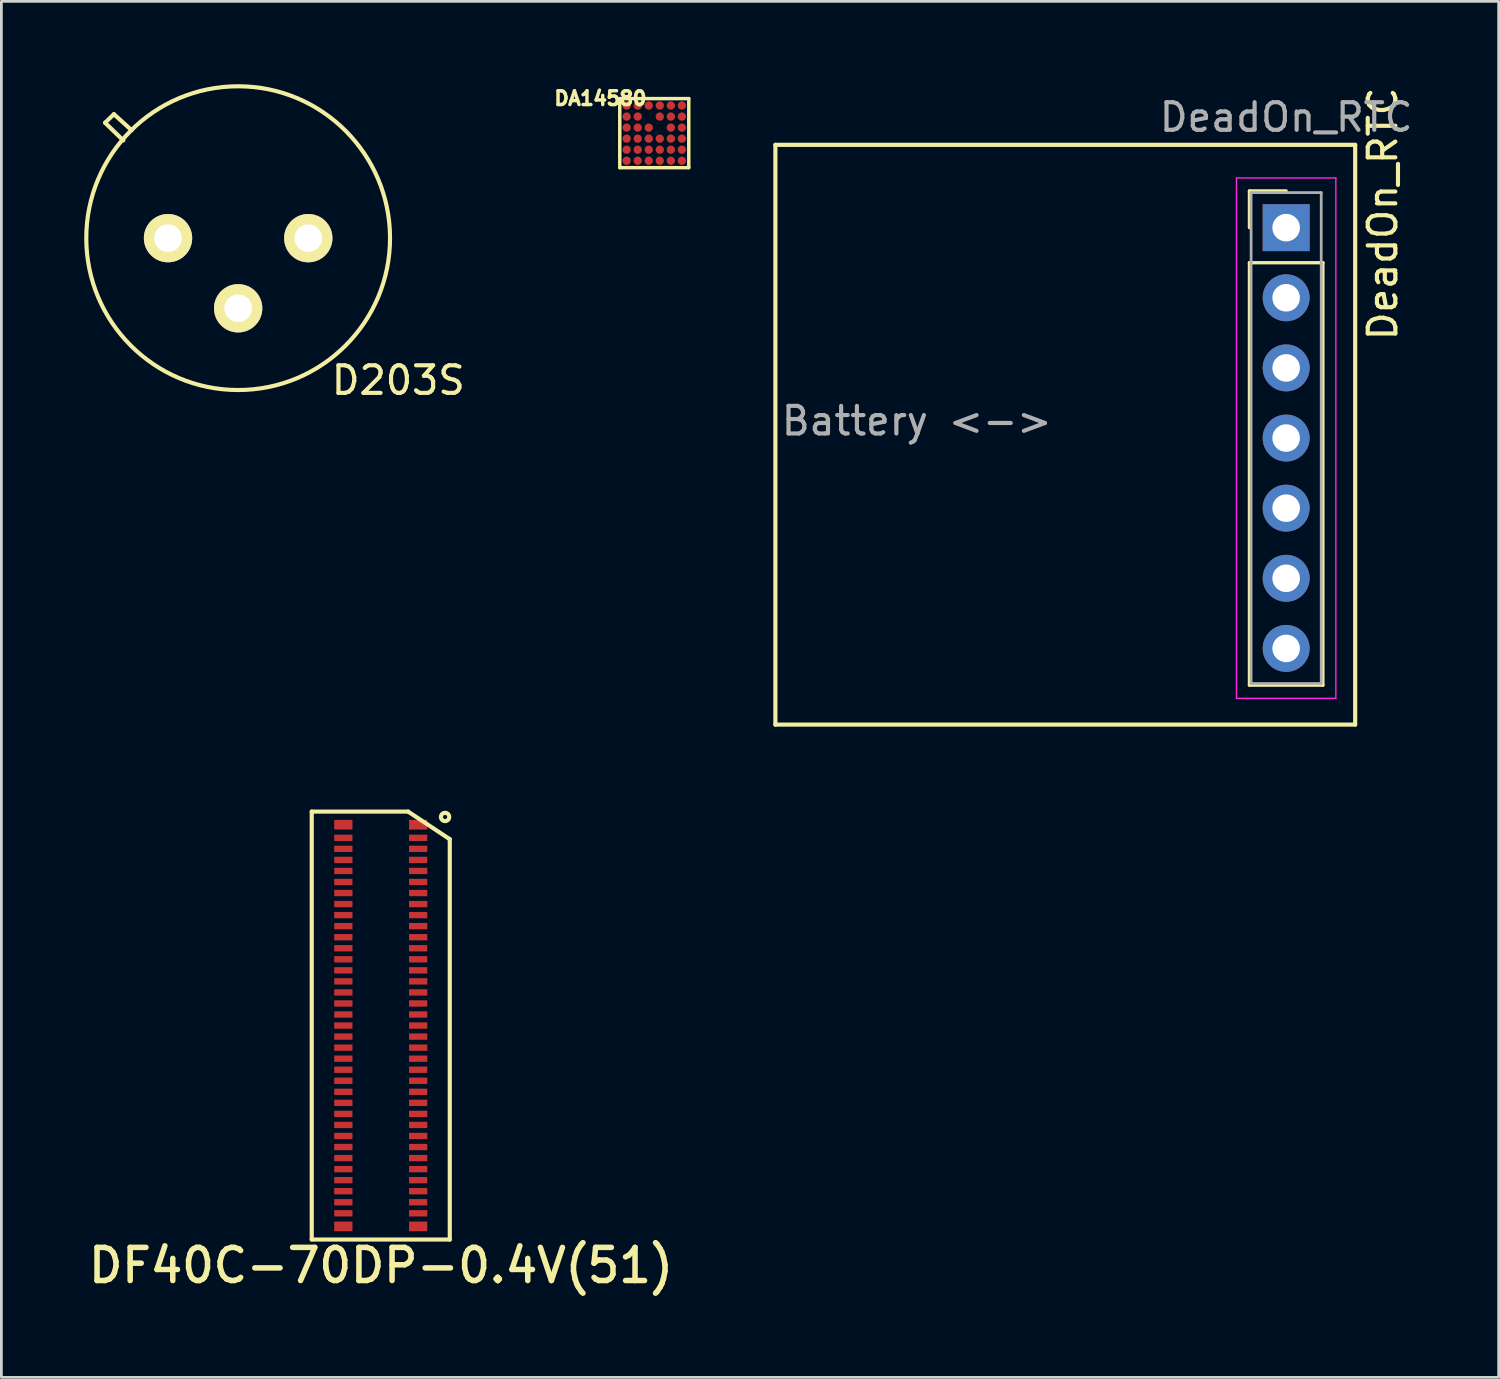
<source format=kicad_pcb>
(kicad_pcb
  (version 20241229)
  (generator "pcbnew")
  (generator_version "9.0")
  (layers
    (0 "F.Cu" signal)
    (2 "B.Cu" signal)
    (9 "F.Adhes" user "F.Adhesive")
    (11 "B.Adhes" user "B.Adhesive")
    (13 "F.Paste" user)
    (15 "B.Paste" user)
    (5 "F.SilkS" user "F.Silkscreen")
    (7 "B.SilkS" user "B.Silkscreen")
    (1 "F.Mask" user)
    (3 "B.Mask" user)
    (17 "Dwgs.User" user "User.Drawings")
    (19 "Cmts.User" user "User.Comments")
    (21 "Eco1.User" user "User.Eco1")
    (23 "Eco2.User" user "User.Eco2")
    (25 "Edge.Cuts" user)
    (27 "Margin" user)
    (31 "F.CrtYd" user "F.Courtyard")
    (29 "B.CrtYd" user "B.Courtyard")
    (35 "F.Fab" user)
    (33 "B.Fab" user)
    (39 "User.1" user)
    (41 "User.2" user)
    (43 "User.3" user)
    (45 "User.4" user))
  (footprint "DeadOn_RTC"
    (layer "F.Cu")
    (at 43.535 5.196)
    (property "Reference" "DeadOn_RTC" (at 3.5 -0.5 90) (layer "F.SilkS") (effects (font (size 1 1) (thickness 0.15))))
    (attr through_hole)
    (fp_line (start -18.5 -3) (end -18.5 18) (stroke (width 0.15) (type solid)) (layer "F.SilkS"))
    (fp_line (start -1.33 -1.33) (end 0 -1.33) (stroke (width 0.12) (type solid)) (layer "F.SilkS"))
    (fp_line (start -1.33 0) (end -1.33 -1.33) (stroke (width 0.12) (type solid)) (layer "F.SilkS"))
    (fp_line (start -1.33 1.27) (end -1.33 16.57) (stroke (width 0.12) (type solid)) (layer "F.SilkS"))
    (fp_line (start -1.33 16.57) (end 1.33 16.57) (stroke (width 0.12) (type solid)) (layer "F.SilkS"))
    (fp_line (start 1.33 1.27) (end -1.33 1.27) (stroke (width 0.12) (type solid)) (layer "F.SilkS"))
    (fp_line (start 1.33 16.57) (end 1.33 1.27) (stroke (width 0.12) (type solid)) (layer "F.SilkS"))
    (fp_line (start 2.5 -3) (end -18.5 -3) (stroke (width 0.15) (type solid)) (layer "F.SilkS"))
    (fp_line (start 2.5 -3) (end 2.5 18) (stroke (width 0.15) (type solid)) (layer "F.SilkS"))
    (fp_line (start 2.5 18) (end -18.5 18) (stroke (width 0.15) (type solid)) (layer "F.SilkS"))
    (fp_line (start -1.8 -1.8) (end -1.8 17.05) (stroke (width 0.05) (type solid)) (layer "F.CrtYd"))
    (fp_line (start -1.8 17.05) (end 1.8 17.05) (stroke (width 0.05) (type solid)) (layer "F.CrtYd"))
    (fp_line (start 1.8 -1.8) (end -1.8 -1.8) (stroke (width 0.05) (type solid)) (layer "F.CrtYd"))
    (fp_line (start 1.8 17.05) (end 1.8 -1.8) (stroke (width 0.05) (type solid)) (layer "F.CrtYd"))
    (fp_line (start -1.27 -1.27) (end -1.27 16.51) (stroke (width 0.1) (type solid)) (layer "F.Fab"))
    (fp_line (start -1.27 16.51) (end 1.27 16.51) (stroke (width 0.1) (type solid)) (layer "F.Fab"))
    (fp_line (start 1.27 -1.27) (end -1.27 -1.27) (stroke (width 0.1) (type solid)) (layer "F.Fab"))
    (fp_line (start 1.27 16.51) (end 1.27 -1.27) (stroke (width 0.1) (type solid)) (layer "F.Fab"))
    (fp_text user "${REFERENCE}" (at 0 -4 0) (layer "F.Fab") (effects (font (size 1 1) (thickness 0.15))))
    (fp_text user "Battery <-> " (at -13 7 0) (layer "F.Fab") (effects (font (size 1 1) (thickness 0.15))))
    (pad "1" thru_hole rect (at 0 0) (size 1.7 1.7) (drill 1) (layers "*.Cu" "*.Mask"))
    (pad "2" thru_hole oval (at 0 2.54) (size 1.7 1.7) (drill 1) (layers "*.Cu" "*.Mask"))
    (pad "3" thru_hole oval (at 0 5.08) (size 1.7 1.7) (drill 1) (layers "*.Cu" "*.Mask"))
    (pad "4" thru_hole oval (at 0 7.62) (size 1.7 1.7) (drill 1) (layers "*.Cu" "*.Mask"))
    (pad "5" thru_hole oval (at 0 10.16) (size 1.7 1.7) (drill 1) (layers "*.Cu" "*.Mask"))
    (pad "6" thru_hole oval (at 0 12.7) (size 1.7 1.7) (drill 1) (layers "*.Cu" "*.Mask"))
    (pad "7" thru_hole oval (at 0 15.24) (size 1.7 1.7) (drill 1) (layers "*.Cu" "*.Mask")))
  (footprint "DF40C-70DP-0.4V(51)"
    (layer "F.Cu")
    (at 10.741 34.096)
    (property "Reference" "DF40C-70DP-0.4V(51)" (at 0.01 8.69 0) (layer "F.SilkS") (effects (font (size 1.2 1.2) (thickness 0.2))))
    (attr through_hole)
    (fp_line (start -2.5 -7.75) (end 1 -7.75) (stroke (width 0.15) (type solid)) (layer "F.SilkS"))
    (fp_line (start -2.5 7.75) (end -2.5 -7.75) (stroke (width 0.15) (type solid)) (layer "F.SilkS"))
    (fp_line (start 0.99 -7.75) (end 2.5 -6.75) (stroke (width 0.15) (type solid)) (layer "F.SilkS"))
    (fp_line (start 2.5 -6.75) (end 2.5 7.75) (stroke (width 0.15) (type solid)) (layer "F.SilkS"))
    (fp_line (start 2.5 7.75) (end -2.5 7.75) (stroke (width 0.15) (type solid)) (layer "F.SilkS"))
    (fp_circle (center 2.33 -7.555) (end 2.33 -7.405) (stroke (width 0.15) (type solid)) (fill no) (layer "F.SilkS"))
    (pad "1" smd rect (at 1.355 -6.8) (size 0.66 0.23) (layers "F.Cu" "F.Mask" "F.Paste"))
    (pad "2" smd rect (at -1.355 -6.8) (size 0.66 0.23) (layers "F.Cu" "F.Mask" "F.Paste"))
    (pad "3" smd rect (at 1.355 -6.4) (size 0.66 0.23) (layers "F.Cu" "F.Mask" "F.Paste"))
    (pad "4" smd rect (at -1.355 -6.4) (size 0.66 0.23) (layers "F.Cu" "F.Mask" "F.Paste"))
    (pad "5" smd rect (at 1.355 -6) (size 0.66 0.23) (layers "F.Cu" "F.Mask" "F.Paste"))
    (pad "6" smd rect (at -1.355 -6) (size 0.66 0.23) (layers "F.Cu" "F.Mask" "F.Paste"))
    (pad "7" smd rect (at 1.355 -5.6) (size 0.66 0.23) (layers "F.Cu" "F.Mask" "F.Paste"))
    (pad "8" smd rect (at -1.355 -5.6) (size 0.66 0.23) (layers "F.Cu" "F.Mask" "F.Paste"))
    (pad "9" smd rect (at 1.355 -5.2) (size 0.66 0.23) (layers "F.Cu" "F.Mask" "F.Paste"))
    (pad "10" smd rect (at -1.355 -5.2) (size 0.66 0.23) (layers "F.Cu" "F.Mask" "F.Paste"))
    (pad "11" smd rect (at 1.355 -4.8) (size 0.66 0.23) (layers "F.Cu" "F.Mask" "F.Paste"))
    (pad "12" smd rect (at -1.355 -4.8) (size 0.66 0.23) (layers "F.Cu" "F.Mask" "F.Paste"))
    (pad "13" smd rect (at 1.355 -4.4) (size 0.66 0.23) (layers "F.Cu" "F.Mask" "F.Paste"))
    (pad "14" smd rect (at -1.355 -4.4) (size 0.66 0.23) (layers "F.Cu" "F.Mask" "F.Paste"))
    (pad "15" smd rect (at 1.355 -4) (size 0.66 0.23) (layers "F.Cu" "F.Mask" "F.Paste"))
    (pad "16" smd rect (at -1.355 -4) (size 0.66 0.23) (layers "F.Cu" "F.Mask" "F.Paste"))
    (pad "17" smd rect (at 1.355 -3.6) (size 0.66 0.23) (layers "F.Cu" "F.Mask" "F.Paste"))
    (pad "18" smd rect (at -1.355 -3.6) (size 0.66 0.23) (layers "F.Cu" "F.Mask" "F.Paste"))
    (pad "19" smd rect (at 1.355 -3.2) (size 0.66 0.23) (layers "F.Cu" "F.Mask" "F.Paste"))
    (pad "20" smd rect (at -1.355 -3.2) (size 0.66 0.23) (layers "F.Cu" "F.Mask" "F.Paste"))
    (pad "21" smd rect (at 1.355 -2.8) (size 0.66 0.23) (layers "F.Cu" "F.Mask" "F.Paste"))
    (pad "22" smd rect (at -1.355 -2.8) (size 0.66 0.23) (layers "F.Cu" "F.Mask" "F.Paste"))
    (pad "23" smd rect (at 1.355 -2.4) (size 0.66 0.23) (layers "F.Cu" "F.Mask" "F.Paste"))
    (pad "24" smd rect (at -1.355 -2.4) (size 0.66 0.23) (layers "F.Cu" "F.Mask" "F.Paste"))
    (pad "25" smd rect (at 1.355 -2) (size 0.66 0.23) (layers "F.Cu" "F.Mask" "F.Paste"))
    (pad "26" smd rect (at -1.355 -2) (size 0.66 0.23) (layers "F.Cu" "F.Mask" "F.Paste"))
    (pad "27" smd rect (at 1.355 -1.6) (size 0.66 0.23) (layers "F.Cu" "F.Mask" "F.Paste"))
    (pad "28" smd rect (at -1.355 -1.6) (size 0.66 0.23) (layers "F.Cu" "F.Mask" "F.Paste"))
    (pad "29" smd rect (at 1.355 -1.2) (size 0.66 0.23) (layers "F.Cu" "F.Mask" "F.Paste"))
    (pad "30" smd rect (at -1.355 -1.2) (size 0.66 0.23) (layers "F.Cu" "F.Mask" "F.Paste"))
    (pad "31" smd rect (at 1.355 -0.8) (size 0.66 0.23) (layers "F.Cu" "F.Mask" "F.Paste"))
    (pad "32" smd rect (at -1.355 -0.8) (size 0.66 0.23) (layers "F.Cu" "F.Mask" "F.Paste"))
    (pad "33" smd rect (at 1.355 -0.4) (size 0.66 0.23) (layers "F.Cu" "F.Mask" "F.Paste"))
    (pad "34" smd rect (at -1.355 -0.4) (size 0.66 0.23) (layers "F.Cu" "F.Mask" "F.Paste"))
    (pad "35" smd rect (at 1.355 0) (size 0.66 0.23) (layers "F.Cu" "F.Mask" "F.Paste"))
    (pad "36" smd rect (at -1.355 0) (size 0.66 0.23) (layers "F.Cu" "F.Mask" "F.Paste"))
    (pad "37" smd rect (at 1.355 0.4) (size 0.66 0.23) (layers "F.Cu" "F.Mask" "F.Paste"))
    (pad "38" smd rect (at -1.355 0.4) (size 0.66 0.23) (layers "F.Cu" "F.Mask" "F.Paste"))
    (pad "39" smd rect (at 1.355 0.8) (size 0.66 0.23) (layers "F.Cu" "F.Mask" "F.Paste"))
    (pad "40" smd rect (at -1.355 0.8) (size 0.66 0.23) (layers "F.Cu" "F.Mask" "F.Paste"))
    (pad "41" smd rect (at 1.355 1.2) (size 0.66 0.23) (layers "F.Cu" "F.Mask" "F.Paste"))
    (pad "42" smd rect (at -1.355 1.2) (size 0.66 0.23) (layers "F.Cu" "F.Mask" "F.Paste"))
    (pad "43" smd rect (at 1.355 1.6) (size 0.66 0.23) (layers "F.Cu" "F.Mask" "F.Paste"))
    (pad "44" smd rect (at -1.355 1.6) (size 0.66 0.23) (layers "F.Cu" "F.Mask" "F.Paste"))
    (pad "45" smd rect (at 1.355 2) (size 0.66 0.23) (layers "F.Cu" "F.Mask" "F.Paste"))
    (pad "46" smd rect (at -1.355 2) (size 0.66 0.23) (layers "F.Cu" "F.Mask" "F.Paste"))
    (pad "47" smd rect (at 1.355 2.4) (size 0.66 0.23) (layers "F.Cu" "F.Mask" "F.Paste"))
    (pad "48" smd rect (at -1.355 2.4) (size 0.66 0.23) (layers "F.Cu" "F.Mask" "F.Paste"))
    (pad "49" smd rect (at 1.355 2.8) (size 0.66 0.23) (layers "F.Cu" "F.Mask" "F.Paste"))
    (pad "50" smd rect (at -1.355 2.8) (size 0.66 0.23) (layers "F.Cu" "F.Mask" "F.Paste"))
    (pad "51" smd rect (at 1.355 3.2) (size 0.66 0.23) (layers "F.Cu" "F.Mask" "F.Paste"))
    (pad "52" smd rect (at -1.355 3.2) (size 0.66 0.23) (layers "F.Cu" "F.Mask" "F.Paste"))
    (pad "53" smd rect (at 1.355 3.6) (size 0.66 0.23) (layers "F.Cu" "F.Mask" "F.Paste"))
    (pad "54" smd rect (at -1.355 3.6) (size 0.66 0.23) (layers "F.Cu" "F.Mask" "F.Paste"))
    (pad "55" smd rect (at 1.355 4) (size 0.66 0.23) (layers "F.Cu" "F.Mask" "F.Paste"))
    (pad "56" smd rect (at -1.355 4) (size 0.66 0.23) (layers "F.Cu" "F.Mask" "F.Paste"))
    (pad "57" smd rect (at 1.355 4.4) (size 0.66 0.23) (layers "F.Cu" "F.Mask" "F.Paste"))
    (pad "58" smd rect (at -1.355 4.4) (size 0.66 0.23) (layers "F.Cu" "F.Mask" "F.Paste"))
    (pad "59" smd rect (at 1.355 4.8) (size 0.66 0.23) (layers "F.Cu" "F.Mask" "F.Paste"))
    (pad "60" smd rect (at -1.355 4.8) (size 0.66 0.23) (layers "F.Cu" "F.Mask" "F.Paste"))
    (pad "61" smd rect (at 1.355 5.2) (size 0.66 0.23) (layers "F.Cu" "F.Mask" "F.Paste"))
    (pad "62" smd rect (at -1.355 5.2) (size 0.66 0.23) (layers "F.Cu" "F.Mask" "F.Paste"))
    (pad "63" smd rect (at 1.355 5.6) (size 0.66 0.23) (layers "F.Cu" "F.Mask" "F.Paste"))
    (pad "64" smd rect (at -1.355 5.6) (size 0.66 0.23) (layers "F.Cu" "F.Mask" "F.Paste"))
    (pad "65" smd rect (at 1.355 6) (size 0.66 0.23) (layers "F.Cu" "F.Mask" "F.Paste"))
    (pad "66" smd rect (at -1.355 6) (size 0.66 0.23) (layers "F.Cu" "F.Mask" "F.Paste"))
    (pad "67" smd rect (at 1.355 6.4) (size 0.66 0.23) (layers "F.Cu" "F.Mask" "F.Paste"))
    (pad "68" smd rect (at -1.355 6.4) (size 0.66 0.23) (layers "F.Cu" "F.Mask" "F.Paste"))
    (pad "69" smd rect (at 1.355 6.8) (size 0.66 0.23) (layers "F.Cu" "F.Mask" "F.Paste"))
    (pad "70" smd rect (at -1.355 6.8) (size 0.66 0.23) (layers "F.Cu" "F.Mask" "F.Paste"))
    (pad "71" smd rect (at -1.355 -7.275) (size 0.66 0.35) (layers "F.Cu" "F.Mask" "F.Paste"))
    (pad "71" smd rect (at 1.355 -7.275) (size 0.66 0.35) (layers "F.Cu" "F.Mask" "F.Paste"))
    (pad "72" smd rect (at 1.355 7.275) (size 0.66 0.35) (layers "F.Cu" "F.Mask" "F.Paste"))
    (pad "73" smd rect (at -1.355 7.275) (size 0.66 0.35) (layers "F.Cu" "F.Mask" "F.Paste")))
  (footprint "D203S"
    (layer "F.Cu")
    (at 5.576 5.576)
    (property "Reference" "D203S" (at 5.8 5.15 0) (layer "F.SilkS") (effects (font (size 1 1) (thickness 0.15))))
    (attr through_hole)
    (fp_line (start -4.82 -4.18) (end -4.16 -3.54) (stroke (width 0.15) (type solid)) (layer "F.SilkS"))
    (fp_line (start -4.5 -4.49) (end -4.82 -4.18) (stroke (width 0.15) (type solid)) (layer "F.SilkS"))
    (fp_line (start -3.86 -3.91) (end -4.5 -4.49) (stroke (width 0.15) (type solid)) (layer "F.SilkS"))
    (fp_circle (center 0 0) (end 5.5 0.1) (stroke (width 0.15) (type solid)) (fill no) (layer "F.SilkS"))
    (pad "1" thru_hole circle (at -2.54 0) (size 1.75 1.75) (drill 1) (layers "*.Cu" "*.Mask" "F.SilkS"))
    (pad "2" thru_hole circle (at 0 2.54) (size 1.75 1.75) (drill 1) (layers "*.Cu" "*.Mask" "F.SilkS"))
    (pad "3" thru_hole circle (at 2.54 0) (size 1.75 1.75) (drill 1) (layers "*.Cu" "*.Mask" "F.SilkS")))
  (footprint "DA14580"
    (layer "F.Cu")
    (at 20.648 1.772)
    (property "Reference" "DA14580" (at -1.95 -1.26 0) (layer "F.SilkS") (effects (font (size 0.5 0.5) (thickness 0.125))))
    (attr through_hole)
    (fp_line (start -1.25 -1.25) (end 1.25 -1.25) (stroke (width 0.125) (type solid)) (layer "F.SilkS"))
    (fp_line (start -1.25 1.25) (end -1.25 -1.25) (stroke (width 0.125) (type solid)) (layer "F.SilkS"))
    (fp_line (start 1.25 -1.25) (end 1.25 1.25) (stroke (width 0.125) (type solid)) (layer "F.SilkS"))
    (fp_line (start 1.25 1.25) (end -1.25 1.25) (stroke (width 0.125) (type solid)) (layer "F.SilkS"))
    (pad "A1" smd circle (at -1 -1) (size 0.3 0.3) (layers "F.Cu" "F.Mask" "F.Paste"))
    (pad "A2" smd circle (at -0.6 -1) (size 0.3 0.3) (layers "F.Cu" "F.Mask" "F.Paste"))
    (pad "A3" smd circle (at -0.2 -1) (size 0.3 0.3) (layers "F.Cu" "F.Mask" "F.Paste"))
    (pad "A4" smd circle (at 0.2 -1) (size 0.3 0.3) (layers "F.Cu" "F.Mask" "F.Paste"))
    (pad "A5" smd circle (at 0.6 -1) (size 0.3 0.3) (layers "F.Cu" "F.Mask" "F.Paste"))
    (pad "A6" smd circle (at 1 -1) (size 0.3 0.3) (layers "F.Cu" "F.Mask" "F.Paste"))
    (pad "B1" smd circle (at -1 -0.6) (size 0.3 0.3) (layers "F.Cu" "F.Mask" "F.Paste"))
    (pad "B2" smd circle (at -0.6 -0.6) (size 0.3 0.3) (layers "F.Cu" "F.Mask" "F.Paste"))
    (pad "B4" smd circle (at 0.2 -0.6) (size 0.3 0.3) (layers "F.Cu" "F.Mask" "F.Paste"))
    (pad "B5" smd circle (at 0.6 -0.6) (size 0.3 0.3) (layers "F.Cu" "F.Mask" "F.Paste"))
    (pad "B6" smd circle (at 1 -0.6) (size 0.3 0.3) (layers "F.Cu" "F.Mask" "F.Paste"))
    (pad "C1" smd circle (at -1 -0.2) (size 0.3 0.3) (layers "F.Cu" "F.Mask" "F.Paste"))
    (pad "C2" smd circle (at -0.6 -0.2) (size 0.3 0.3) (layers "F.Cu" "F.Mask" "F.Paste"))
    (pad "C3" smd circle (at -0.2 -0.2) (size 0.3 0.3) (layers "F.Cu" "F.Mask" "F.Paste"))
    (pad "C5" smd circle (at 0.6 -0.2) (size 0.3 0.3) (layers "F.Cu" "F.Mask" "F.Paste"))
    (pad "C6" smd circle (at 1 -0.2) (size 0.3 0.3) (layers "F.Cu" "F.Mask" "F.Paste"))
    (pad "D1" smd circle (at -1 0.2) (size 0.3 0.3) (layers "F.Cu" "F.Mask" "F.Paste"))
    (pad "D2" smd circle (at -0.6 0.2) (size 0.3 0.3) (layers "F.Cu" "F.Mask" "F.Paste"))
    (pad "D3" smd circle (at -0.2 0.2) (size 0.3 0.3) (layers "F.Cu" "F.Mask" "F.Paste"))
    (pad "D4" smd circle (at 0.2 0.2) (size 0.3 0.3) (layers "F.Cu" "F.Mask" "F.Paste"))
    (pad "D5" smd circle (at 0.6 0.2) (size 0.3 0.3) (layers "F.Cu" "F.Mask" "F.Paste"))
    (pad "D6" smd circle (at 1 0.2) (size 0.3 0.3) (layers "F.Cu" "F.Mask" "F.Paste"))
    (pad "E1" smd circle (at -1 0.6) (size 0.3 0.3) (layers "F.Cu" "F.Mask" "F.Paste"))
    (pad "E2" smd circle (at -0.6 0.6) (size 0.3 0.3) (layers "F.Cu" "F.Mask" "F.Paste"))
    (pad "E3" smd circle (at -0.2 0.6) (size 0.3 0.3) (layers "F.Cu" "F.Mask" "F.Paste"))
    (pad "E4" smd circle (at 0.2 0.6) (size 0.3 0.3) (layers "F.Cu" "F.Mask" "F.Paste"))
    (pad "E5" smd circle (at 0.6 0.6) (size 0.3 0.3) (layers "F.Cu" "F.Mask" "F.Paste"))
    (pad "E6" smd circle (at 1 0.6) (size 0.3 0.3) (layers "F.Cu" "F.Mask" "F.Paste"))
    (pad "F1" smd circle (at -1 1) (size 0.3 0.3) (layers "F.Cu" "F.Mask" "F.Paste"))
    (pad "F2" smd circle (at -0.6 1) (size 0.3 0.3) (layers "F.Cu" "F.Mask" "F.Paste"))
    (pad "F3" smd circle (at -0.2 1) (size 0.3 0.3) (layers "F.Cu" "F.Mask" "F.Paste"))
    (pad "F4" smd circle (at 0.2 1) (size 0.3 0.3) (layers "F.Cu" "F.Mask" "F.Paste"))
    (pad "F5" smd circle (at 0.6 1) (size 0.3 0.3) (layers "F.Cu" "F.Mask" "F.Paste"))
    (pad "F6" smd circle (at 1 1) (size 0.3 0.3) (layers "F.Cu" "F.Mask" "F.Paste")))
  (gr_rect
    (start -3 -3)
    (end 51.232 46.839)
    (stroke (width 0.1) (type default))
    (fill no)
    (layer "Edge.Cuts")))
</source>
